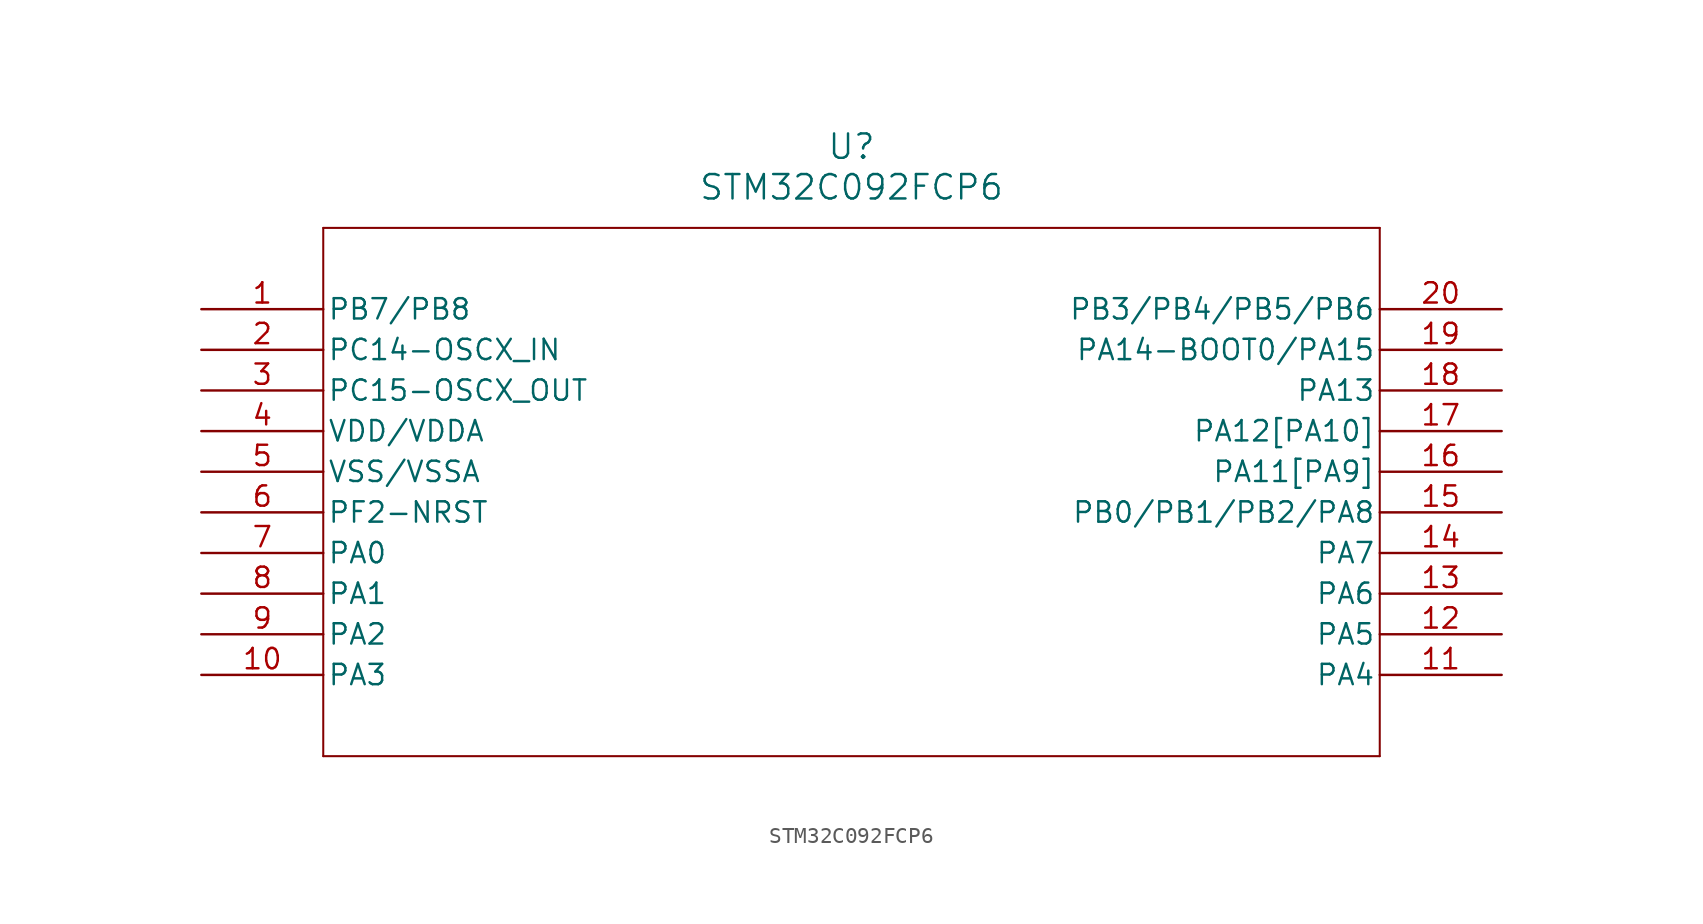
<source format=kicad_sym>
(kicad_symbol_lib
  (version 20211014)
  (generator kicad_symbol_editor)
  (symbol "STM32C092FCP6"
    (pin_names
      (offset 0.254))
    (property "Reference" "U"
      (at 40.64 10.16 0)
      (effects (font (size 1.524 1.524))))
    (property "Value" "STM32C092FCP6"
      (at 40.64 7.62 0)
      (effects (font (size 1.524 1.524))))
    (symbol "STM32C092FCP6_0_1"
      (polyline (pts (xy 7.62 5.08) (xy 7.62 -27.94)) (stroke (width 0.127) (type default) (color 0 0 0 0)) (fill (type none)))
      (polyline (pts (xy 7.62 -27.94) (xy 73.66 -27.94)) (stroke (width 0.127) (type default) (color 0 0 0 0)) (fill (type none)))
      (polyline (pts (xy 73.66 -27.94) (xy 73.66 5.08)) (stroke (width 0.127) (type default) (color 0 0 0 0)) (fill (type none)))
      (polyline (pts (xy 73.66 5.08) (xy 7.62 5.08)) (stroke (width 0.127) (type default) (color 0 0 0 0)) (fill (type none)))
      (pin bidirectional line (at 0 0 0) (length 7.62) (name "PB7/PB8" (effects (font (size 1.27 1.27)))) (number "1" (effects (font (size 1.27 1.27)))))
      (pin bidirectional line (at 0 -2.54 0) (length 7.62) (name "PC14-OSCX_IN" (effects (font (size 1.27 1.27)))) (number "2" (effects (font (size 1.27 1.27)))))
      (pin bidirectional line (at 0 -5.08 0) (length 7.62) (name "PC15-OSCX_OUT" (effects (font (size 1.27 1.27)))) (number "3" (effects (font (size 1.27 1.27)))))
      (pin power_in line (at 0 -7.62 0) (length 7.62) (name "VDD/VDDA" (effects (font (size 1.27 1.27)))) (number "4" (effects (font (size 1.27 1.27)))))
      (pin power_out line (at 0 -10.16 0) (length 7.62) (name "VSS/VSSA" (effects (font (size 1.27 1.27)))) (number "5" (effects (font (size 1.27 1.27)))))
      (pin bidirectional line (at 0 -12.7 0) (length 7.62) (name "PF2-NRST" (effects (font (size 1.27 1.27)))) (number "6" (effects (font (size 1.27 1.27)))))
      (pin bidirectional line (at 0 -15.24 0) (length 7.62) (name "PA0" (effects (font (size 1.27 1.27)))) (number "7" (effects (font (size 1.27 1.27)))))
      (pin bidirectional line (at 0 -17.78 0) (length 7.62) (name "PA1" (effects (font (size 1.27 1.27)))) (number "8" (effects (font (size 1.27 1.27)))))
      (pin bidirectional line (at 0 -20.32 0) (length 7.62) (name "PA2" (effects (font (size 1.27 1.27)))) (number "9" (effects (font (size 1.27 1.27)))))
      (pin bidirectional line (at 0 -22.86 0) (length 7.62) (name "PA3" (effects (font (size 1.27 1.27)))) (number "10" (effects (font (size 1.27 1.27)))))
      (pin bidirectional line (at 81.28 -22.86 180) (length 7.62) (name "PA4" (effects (font (size 1.27 1.27)))) (number "11" (effects (font (size 1.27 1.27)))))
      (pin bidirectional line (at 81.28 -20.32 180) (length 7.62) (name "PA5" (effects (font (size 1.27 1.27)))) (number "12" (effects (font (size 1.27 1.27)))))
      (pin bidirectional line (at 81.28 -17.78 180) (length 7.62) (name "PA6" (effects (font (size 1.27 1.27)))) (number "13" (effects (font (size 1.27 1.27)))))
      (pin bidirectional line (at 81.28 -15.24 180) (length 7.62) (name "PA7" (effects (font (size 1.27 1.27)))) (number "14" (effects (font (size 1.27 1.27)))))
      (pin bidirectional line (at 81.28 -12.7 180) (length 7.62) (name "PB0/PB1/PB2/PA8" (effects (font (size 1.27 1.27)))) (number "15" (effects (font (size 1.27 1.27)))))
      (pin bidirectional line (at 81.28 -10.16 180) (length 7.62) (name "PA11[PA9]" (effects (font (size 1.27 1.27)))) (number "16" (effects (font (size 1.27 1.27)))))
      (pin bidirectional line (at 81.28 -7.62 180) (length 7.62) (name "PA12[PA10]" (effects (font (size 1.27 1.27)))) (number "17" (effects (font (size 1.27 1.27)))))
      (pin bidirectional line (at 81.28 -5.08 180) (length 7.62) (name "PA13" (effects (font (size 1.27 1.27)))) (number "18" (effects (font (size 1.27 1.27)))))
      (pin bidirectional line (at 81.28 -2.54 180) (length 7.62) (name "PA14-BOOT0/PA15" (effects (font (size 1.27 1.27)))) (number "19" (effects (font (size 1.27 1.27)))))
      (pin bidirectional line (at 81.28 0 180) (length 7.62) (name "PB3/PB4/PB5/PB6" (effects (font (size 1.27 1.27)))) (number "20" (effects (font (size 1.27 1.27))))))))
</source>
